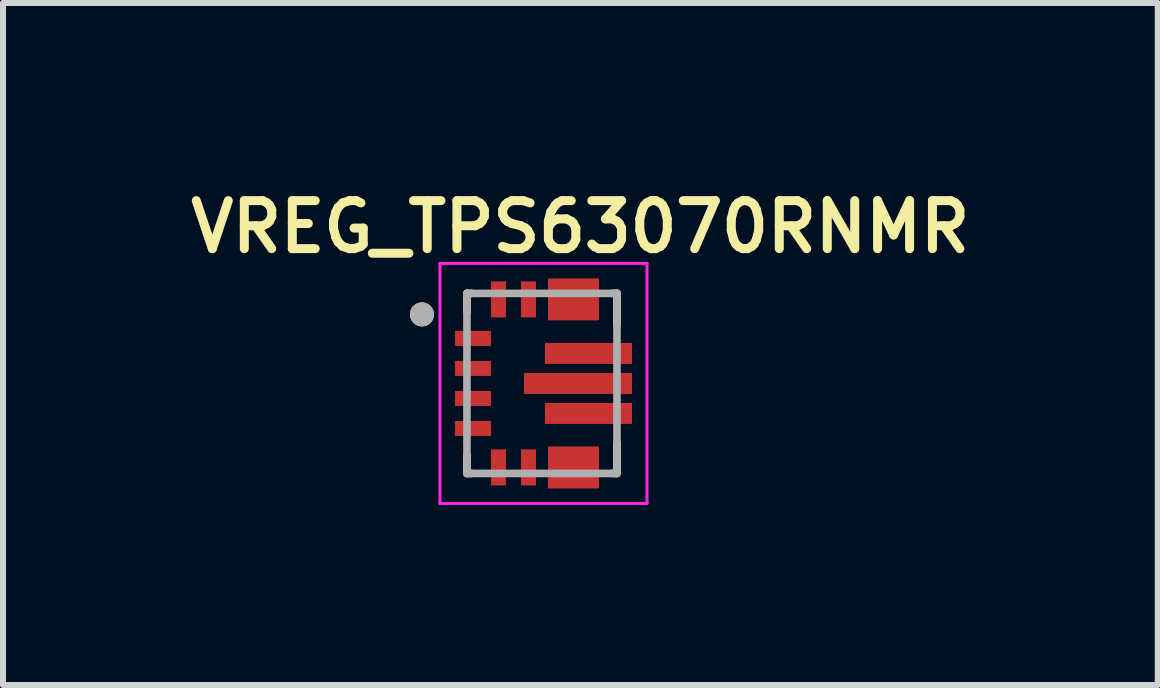
<source format=kicad_pcb>
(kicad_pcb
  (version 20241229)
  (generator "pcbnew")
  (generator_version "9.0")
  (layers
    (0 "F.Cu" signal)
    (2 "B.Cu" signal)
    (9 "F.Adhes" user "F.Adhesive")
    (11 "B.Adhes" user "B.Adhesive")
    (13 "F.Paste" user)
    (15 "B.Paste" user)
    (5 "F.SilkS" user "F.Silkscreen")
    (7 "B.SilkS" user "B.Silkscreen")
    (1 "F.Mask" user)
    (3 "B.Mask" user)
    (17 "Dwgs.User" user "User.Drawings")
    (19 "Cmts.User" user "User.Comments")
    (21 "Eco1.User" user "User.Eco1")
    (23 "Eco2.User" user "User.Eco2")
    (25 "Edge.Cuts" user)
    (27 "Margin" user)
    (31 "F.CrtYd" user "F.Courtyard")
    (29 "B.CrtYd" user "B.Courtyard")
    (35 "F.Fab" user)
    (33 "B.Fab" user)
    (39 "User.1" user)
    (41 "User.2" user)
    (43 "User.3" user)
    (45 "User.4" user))
  (footprint "VREG_TPS63070RNMR"
    (layer "F.Cu")
    (at 5.981 3.339)
    (property "Reference" "VREG_TPS63070RNMR" (at 0.64 -2.608 0) (layer "F.SilkS") (effects (font (size 0.8 0.8) (thickness 0.15))))
    (attr smd)
    (fp_poly (pts (xy -1.5 -0.925) (xy -0.8 -0.925) (xy -0.8 -0.575) (xy -1.5 -0.575)) (stroke (width 0.01) (type solid)) (fill yes) (layer "F.Mask"))
    (fp_poly (pts (xy -1.5 -0.425) (xy -0.8 -0.425) (xy -0.8 -0.075) (xy -1.5 -0.075)) (stroke (width 0.01) (type solid)) (fill yes) (layer "F.Mask"))
    (fp_poly (pts (xy -1.5 0.075) (xy -0.8 0.075) (xy -0.8 0.425) (xy -1.5 0.425)) (stroke (width 0.01) (type solid)) (fill yes) (layer "F.Mask"))
    (fp_poly (pts (xy -1.5 0.575) (xy -0.8 0.575) (xy -0.8 0.925) (xy -1.5 0.925)) (stroke (width 0.01) (type solid)) (fill yes) (layer "F.Mask"))
    (fp_poly (pts (xy -0.9 -1.75) (xy -0.55 -1.75) (xy -0.55 -1.05) (xy -0.9 -1.05)) (stroke (width 0.01) (type solid)) (fill yes) (layer "F.Mask"))
    (fp_poly (pts (xy -0.9 1.05) (xy -0.55 1.05) (xy -0.55 1.75) (xy -0.9 1.75)) (stroke (width 0.01) (type solid)) (fill yes) (layer "F.Mask"))
    (fp_poly (pts (xy -0.4 -1.75) (xy -0.05 -1.75) (xy -0.05 -1.05) (xy -0.4 -1.05)) (stroke (width 0.01) (type solid)) (fill yes) (layer "F.Mask"))
    (fp_poly (pts (xy -0.4 1.05) (xy -0.05 1.05) (xy -0.05 1.75) (xy -0.4 1.75)) (stroke (width 0.01) (type solid)) (fill yes) (layer "F.Mask"))
    (fp_poly (pts (xy -0.25 -0.125) (xy 1.45 -0.125) (xy 1.45 0.125) (xy -0.25 0.125)) (stroke (width 0.01) (type solid)) (fill yes) (layer "F.Mask"))
    (fp_poly (pts (xy 0.1 -0.625) (xy 1.45 -0.625) (xy 1.45 -0.375) (xy 0.1 -0.375)) (stroke (width 0.01) (type solid)) (fill yes) (layer "F.Mask"))
    (fp_poly (pts (xy 0.1 0.375) (xy 1.45 0.375) (xy 1.45 0.625) (xy 0.1 0.625)) (stroke (width 0.01) (type solid)) (fill yes) (layer "F.Mask"))
    (fp_poly (pts (xy 0.15 1.1) (xy 0.9 1.1) (xy 0.9 1.7) (xy 0.65 1.7) (xy 0.65 1.35) (xy 0.4 1.35) (xy 0.4 1.7) (xy 0.15 1.7)) (stroke (width 0.01) (type solid)) (fill yes) (layer "F.Mask"))
    (fp_poly (pts (xy 0.9 -1.1) (xy 0.15 -1.1) (xy 0.15 -1.7) (xy 0.4 -1.7) (xy 0.4 -1.35) (xy 0.65 -1.35) (xy 0.65 -1.7) (xy 0.9 -1.7)) (stroke (width 0.01) (type solid)) (fill yes) (layer "F.Mask"))
    (fp_line (start -1.25 -1.5) (end -1.25 -1.195) (stroke (width 0.127) (type solid)) (layer "F.SilkS"))
    (fp_line (start -1.25 1.5) (end -1.25 1.195) (stroke (width 0.127) (type solid)) (layer "F.SilkS"))
    (fp_line (start -1.17 -1.5) (end -1.25 -1.5) (stroke (width 0.127) (type solid)) (layer "F.SilkS"))
    (fp_line (start -1.17 1.5) (end -1.25 1.5) (stroke (width 0.127) (type solid)) (layer "F.SilkS"))
    (fp_line (start 1.17 -1.5) (end 1.25 -1.5) (stroke (width 0.127) (type solid)) (layer "F.SilkS"))
    (fp_line (start 1.25 -1.5) (end 1.25 -0.995) (stroke (width 0.127) (type solid)) (layer "F.SilkS"))
    (fp_line (start 1.25 0.995) (end 1.25 1.5) (stroke (width 0.127) (type solid)) (layer "F.SilkS"))
    (fp_line (start 1.25 1.5) (end 1.17 1.5) (stroke (width 0.127) (type solid)) (layer "F.SilkS"))
    (fp_circle (center -2 -1.15) (end -1.9 -1.15) (stroke (width 0.2) (type solid)) (fill no) (layer "F.SilkS"))
    (fp_poly (pts (xy -0.22 -0.125) (xy 0.5 -0.125) (xy 0.5 0.125) (xy -0.22 0.125)) (stroke (width 0.01) (type solid)) (fill yes) (layer "F.Paste"))
    (fp_poly (pts (xy 0.101 -0.625) (xy 0.675 -0.625) (xy 0.675 -0.375) (xy 0.101 -0.375)) (stroke (width 0.01) (type solid)) (fill yes) (layer "F.Paste"))
    (fp_poly (pts (xy 0.101 0.375) (xy 0.675 0.375) (xy 0.675 0.625) (xy 0.101 0.625)) (stroke (width 0.01) (type solid)) (fill yes) (layer "F.Paste"))
    (fp_poly (pts (xy 0.7 -0.125) (xy 1.42 -0.125) (xy 1.42 0.125) (xy 0.7 0.125)) (stroke (width 0.01) (type solid)) (fill yes) (layer "F.Paste"))
    (fp_poly (pts (xy 0.875 -0.625) (xy 1.45 -0.625) (xy 1.45 -0.375) (xy 0.875 -0.375)) (stroke (width 0.01) (type solid)) (fill yes) (layer "F.Paste"))
    (fp_poly (pts (xy 0.875 0.375) (xy 1.45 0.375) (xy 1.45 0.625) (xy 0.875 0.625)) (stroke (width 0.01) (type solid)) (fill yes) (layer "F.Paste"))
    (fp_poly (pts (xy 0.15 1.1) (xy 0.9 1.1) (xy 0.9 1.7) (xy 0.65 1.7) (xy 0.65 1.35) (xy 0.4 1.35) (xy 0.4 1.7) (xy 0.15 1.7)) (stroke (width 0.01) (type solid)) (fill yes) (layer "F.Paste"))
    (fp_poly (pts (xy 0.9 -1.1) (xy 0.15 -1.1) (xy 0.15 -1.7) (xy 0.4 -1.7) (xy 0.4 -1.35) (xy 0.65 -1.35) (xy 0.65 -1.7) (xy 0.9 -1.7)) (stroke (width 0.01) (type solid)) (fill yes) (layer "F.Paste"))
    (fp_line (start -1.7 -2) (end 1.75 -2) (stroke (width 0.05) (type solid)) (layer "F.CrtYd"))
    (fp_line (start -1.7 2) (end -1.7 -2) (stroke (width 0.05) (type solid)) (layer "F.CrtYd"))
    (fp_line (start 1.75 -2) (end 1.75 2) (stroke (width 0.05) (type solid)) (layer "F.CrtYd"))
    (fp_line (start 1.75 2) (end -1.7 2) (stroke (width 0.05) (type solid)) (layer "F.CrtYd"))
    (fp_line (start -1.25 -1.5) (end 1.25 -1.5) (stroke (width 0.127) (type solid)) (layer "F.Fab"))
    (fp_line (start -1.25 1.5) (end -1.25 -1.5) (stroke (width 0.127) (type solid)) (layer "F.Fab"))
    (fp_line (start 1.25 -1.5) (end 1.25 1.5) (stroke (width 0.127) (type solid)) (layer "F.Fab"))
    (fp_line (start 1.25 1.5) (end -1.25 1.5) (stroke (width 0.127) (type solid)) (layer "F.Fab"))
    (fp_circle (center -2 -1.15) (end -1.9 -1.15) (stroke (width 0.2) (type solid)) (fill no) (layer "F.Fab"))
    (pad "1" smd roundrect (at -1.15 -0.75) (size 0.6 0.25) (layers "F.Cu" "F.Paste") (roundrect_rratio 0.025))
    (pad "2" smd roundrect (at -1.15 -0.25) (size 0.6 0.25) (layers "F.Cu" "F.Paste") (roundrect_rratio 0.025))
    (pad "3" smd roundrect (at -1.15 0.25) (size 0.6 0.25) (layers "F.Cu" "F.Paste") (roundrect_rratio 0.025))
    (pad "4" smd roundrect (at -1.15 0.75) (size 0.6 0.25) (layers "F.Cu" "F.Paste") (roundrect_rratio 0.025))
    (pad "5" smd roundrect (at -0.725 1.4) (size 0.25 0.6) (layers "F.Cu" "F.Paste") (roundrect_rratio 0.025))
    (pad "6" smd roundrect (at -0.225 1.4) (size 0.25 0.6) (layers "F.Cu" "F.Paste") (roundrect_rratio 0.025))
    (pad "7_8" smd roundrect (at 0.525 1.4) (size 0.85 0.7) (layers "F.Cu") (roundrect_rratio 0.025))
    (pad "9" smd roundrect (at 0.775 0.5) (size 1.45 0.35) (layers "F.Cu") (roundrect_rratio 0.025))
    (pad "10" smd roundrect (at 0.6 0) (size 1.8 0.35) (layers "F.Cu") (roundrect_rratio 0.025))
    (pad "11" smd roundrect (at 0.775 -0.5) (size 1.45 0.35) (layers "F.Cu") (roundrect_rratio 0.025))
    (pad "12_13" smd roundrect (at 0.525 -1.4) (size 0.85 0.7) (layers "F.Cu") (roundrect_rratio 0.025))
    (pad "14" smd roundrect (at -0.225 -1.4) (size 0.25 0.6) (layers "F.Cu" "F.Paste") (roundrect_rratio 0.025))
    (pad "15" smd roundrect (at -0.725 -1.4) (size 0.25 0.6) (layers "F.Cu" "F.Paste") (roundrect_rratio 0.025)))
  (gr_rect
    (start -3 -3)
    (end 16.242 8.364)
    (stroke (width 0.1) (type default))
    (fill no)
    (layer "Edge.Cuts")))
</source>
